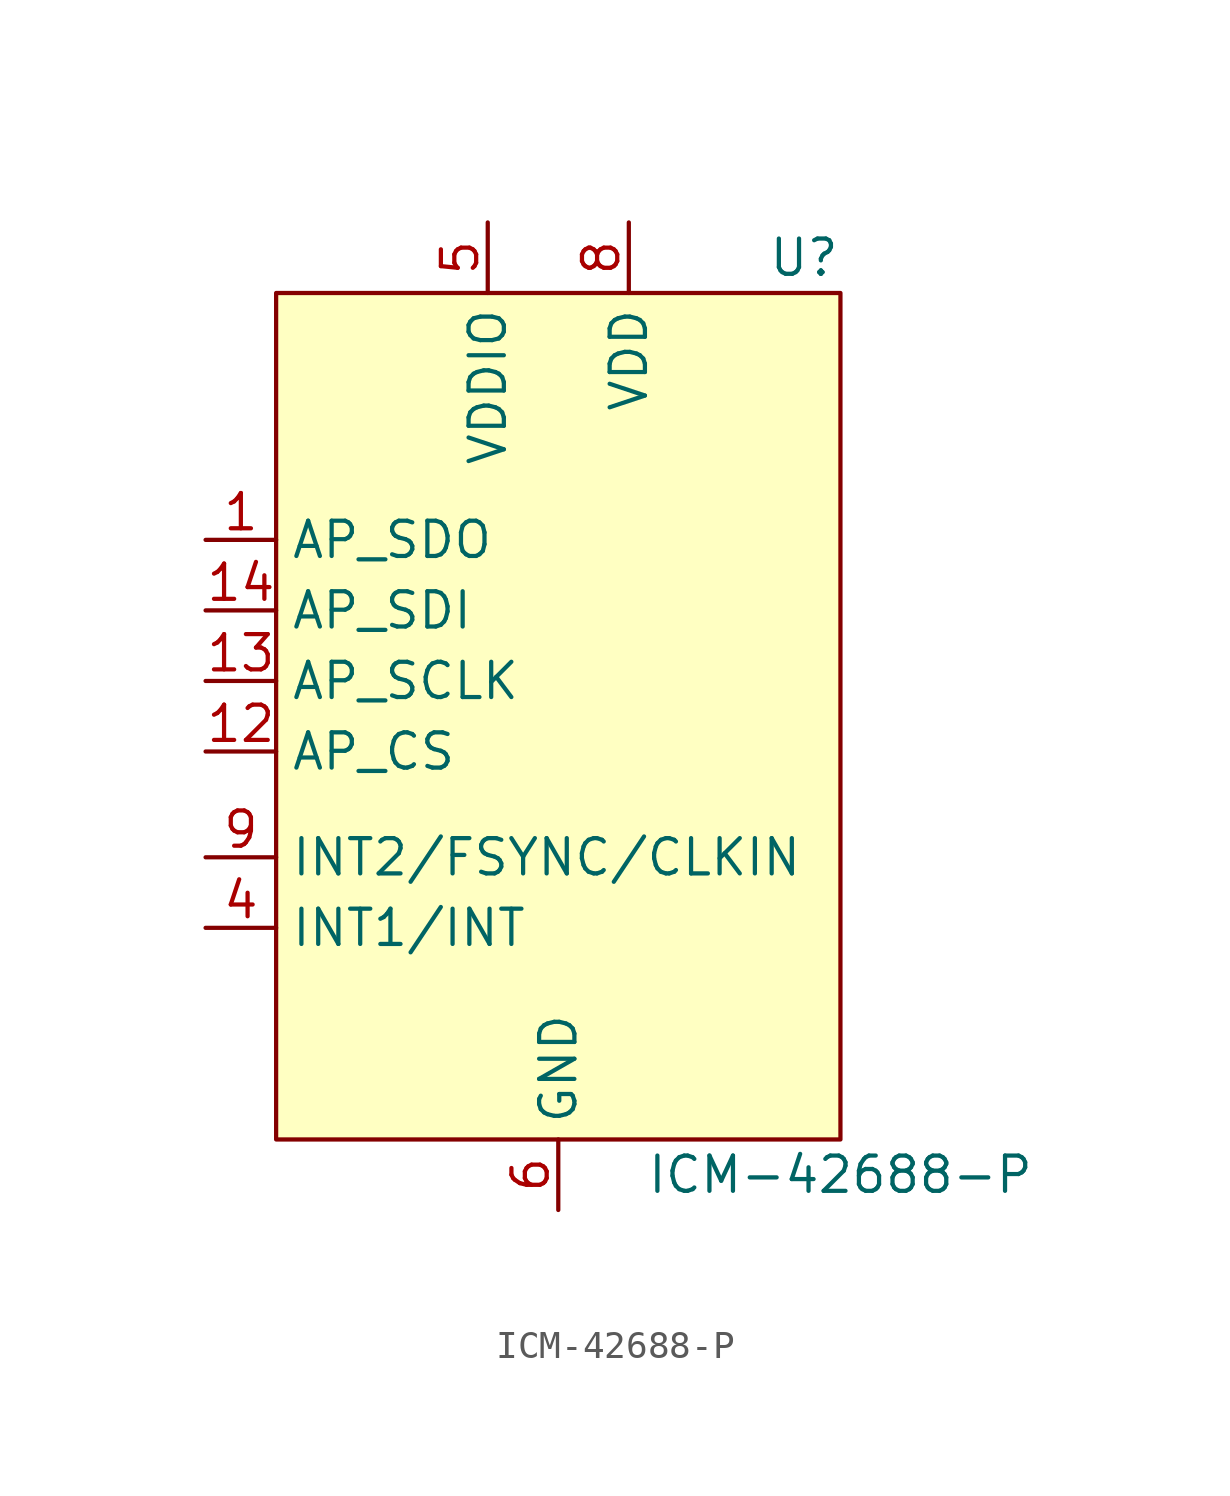
<source format=kicad_sym>
(kicad_symbol_lib
  (version 20241209)
  (generator "kicad_symbol_editor")
  (generator_version "9.0")
  (symbol "ICM-42688-P"
    (property "Reference" "U"
      (at 10.16 16.51 0)
      (effects (font (size 1.27 1.27)) (justify right)))
    (property "Value" "ICM-42688-P"
      (at 10.16 -16.51 0)
      (effects (font (size 1.27 1.27))))
    (symbol "ICM-42688-P_1_1"
      (rectangle (start -10.16 15.24) (end 10.16 -15.24) (stroke (width 0) (type solid)) (fill (type background)))
      (pin output line (at -12.7 6.35 0) (length 2.54) (name "AP_SDO" (effects (font (size 1.27 1.27)))) (number "1" (effects (font (size 1.27 1.27)))))
      (pin input line (at -12.7 3.81 0) (length 2.54) (name "AP_SDI" (effects (font (size 1.27 1.27)))) (number "14" (effects (font (size 1.27 1.27)))))
      (pin input line (at -12.7 1.27 0) (length 2.54) (name "AP_SCLK" (effects (font (size 1.27 1.27)))) (number "13" (effects (font (size 1.27 1.27)))))
      (pin input line (at -12.7 -1.27 0) (length 2.54) (name "AP_CS" (effects (font (size 1.27 1.27)))) (number "12" (effects (font (size 1.27 1.27)))))
      (pin bidirectional line (at -12.7 -5.08 0) (length 2.54) (name "INT2/FSYNC/CLKIN" (effects (font (size 1.27 1.27)))) (number "9" (effects (font (size 1.27 1.27)))))
      (pin output line (at -12.7 -7.62 0) (length 2.54) (name "INT1/INT" (effects (font (size 1.27 1.27)))) (number "4" (effects (font (size 1.27 1.27)))))
      (pin power_in line (at -2.54 17.78 270) (length 2.54) (name "VDDIO" (effects (font (size 1.27 1.27)))) (number "5" (effects (font (size 1.27 1.27)))))
      (pin passive line (at 0 -17.78 90) (length 2.54) (hide yes) (name "RESV" (effects (font (size 1.27 1.27)))) (number "11" (effects (font (size 1.27 1.27)))))
      (pin power_in line (at 0 -17.78 90) (length 2.54) (name "GND" (effects (font (size 1.27 1.27)))) (number "6" (effects (font (size 1.27 1.27)))))
      (pin passive line (at 0 -17.78 90) (length 2.54) (hide yes) (name "RESV" (effects (font (size 1.27 1.27)))) (number "7" (effects (font (size 1.27 1.27)))))
      (pin power_in line (at 2.54 17.78 270) (length 2.54) (name "VDD" (effects (font (size 1.27 1.27)))) (number "8" (effects (font (size 1.27 1.27)))))
      (pin no_connect line (at 10.16 6.35 180) (length 2.54) (hide yes) (name "RESV" (effects (font (size 1.27 1.27)))) (number "3" (effects (font (size 1.27 1.27)))))
      (pin no_connect line (at 10.16 3.81 180) (length 2.54) (hide yes) (name "RESV" (effects (font (size 1.27 1.27)))) (number "2" (effects (font (size 1.27 1.27)))))
      (pin no_connect line (at 10.16 1.27 180) (length 2.54) (hide yes) (name "RESV" (effects (font (size 1.27 1.27)))) (number "10" (effects (font (size 1.27 1.27))))))))
</source>
